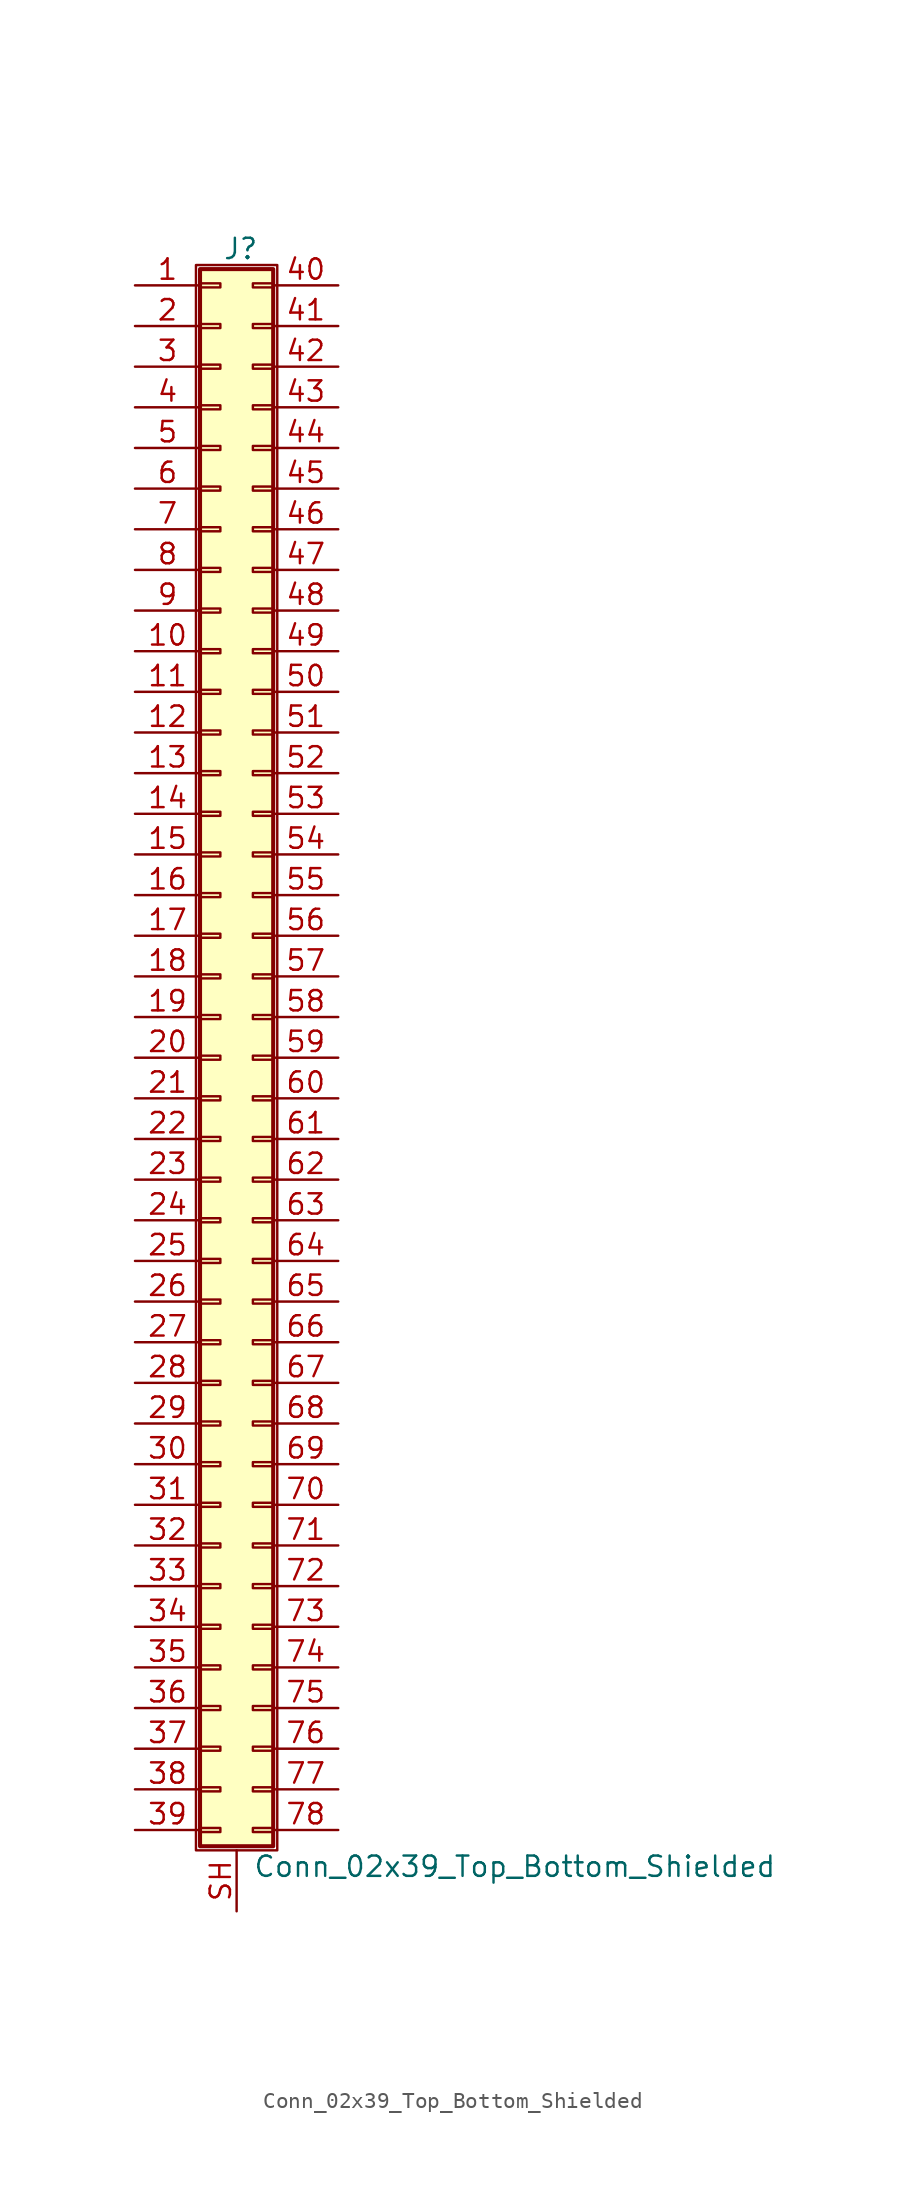
<source format=kicad_sym>
(kicad_symbol_lib
  (version 20201005)
  (generator kicad_symbol_editor)
  (symbol "Conn_02x39_Top_Bottom_Shielded"
    (pin_names
      (offset 1.016) hide)
    (property "Reference" "J"
      (at 1.524 50.546 0)
      (effects (font (size 1.27 1.27))))
    (property "Value" "Conn_02x39_Top_Bottom_Shielded"
      (at 2.286 -50.546 0)
      (effects (font (size 1.27 1.27)) (justify left)))
    (symbol "Conn_02x39_Top_Bottom_Shielded_1_1"
      (rectangle (start -1.27 49.53) (end 3.81 -49.53) (stroke (width 0.152)) (fill (type none)))
      (rectangle (start -1.016 -48.133) (end 0.254 -48.387) (stroke (width 0.152)) (fill (type none)))
      (rectangle (start -1.016 -45.593) (end 0.254 -45.847) (stroke (width 0.152)) (fill (type none)))
      (rectangle (start -1.016 -43.053) (end 0.254 -43.307) (stroke (width 0.152)) (fill (type none)))
      (rectangle (start -1.016 -40.513) (end 0.254 -40.767) (stroke (width 0.152)) (fill (type none)))
      (rectangle (start -1.016 -37.973) (end 0.254 -38.227) (stroke (width 0.152)) (fill (type none)))
      (rectangle (start -1.016 -35.433) (end 0.254 -35.687) (stroke (width 0.152)) (fill (type none)))
      (rectangle (start -1.016 -32.893) (end 0.254 -33.147) (stroke (width 0.152)) (fill (type none)))
      (rectangle (start -1.016 -30.353) (end 0.254 -30.607) (stroke (width 0.152)) (fill (type none)))
      (rectangle (start -1.016 -27.813) (end 0.254 -28.067) (stroke (width 0.152)) (fill (type none)))
      (rectangle (start -1.016 -25.273) (end 0.254 -25.527) (stroke (width 0.152)) (fill (type none)))
      (rectangle (start -1.016 -22.733) (end 0.254 -22.987) (stroke (width 0.152)) (fill (type none)))
      (rectangle (start -1.016 -20.193) (end 0.254 -20.447) (stroke (width 0.152)) (fill (type none)))
      (rectangle (start -1.016 -17.653) (end 0.254 -17.907) (stroke (width 0.152)) (fill (type none)))
      (rectangle (start -1.016 -15.113) (end 0.254 -15.367) (stroke (width 0.152)) (fill (type none)))
      (rectangle (start -1.016 -12.573) (end 0.254 -12.827) (stroke (width 0.152)) (fill (type none)))
      (rectangle (start -1.016 -10.033) (end 0.254 -10.287) (stroke (width 0.152)) (fill (type none)))
      (rectangle (start -1.016 -7.493) (end 0.254 -7.747) (stroke (width 0.152)) (fill (type none)))
      (rectangle (start -1.016 -4.953) (end 0.254 -5.207) (stroke (width 0.152)) (fill (type none)))
      (rectangle (start -1.016 -2.413) (end 0.254 -2.667) (stroke (width 0.152)) (fill (type none)))
      (rectangle (start -1.016 0.127) (end 0.254 -0.127) (stroke (width 0.152)) (fill (type none)))
      (rectangle (start -1.016 2.667) (end 0.254 2.413) (stroke (width 0.152)) (fill (type none)))
      (rectangle (start -1.016 5.207) (end 0.254 4.953) (stroke (width 0.152)) (fill (type none)))
      (rectangle (start -1.016 7.747) (end 0.254 7.493) (stroke (width 0.152)) (fill (type none)))
      (rectangle (start -1.016 10.287) (end 0.254 10.033) (stroke (width 0.152)) (fill (type none)))
      (rectangle (start -1.016 12.827) (end 0.254 12.573) (stroke (width 0.152)) (fill (type none)))
      (rectangle (start -1.016 15.367) (end 0.254 15.113) (stroke (width 0.152)) (fill (type none)))
      (rectangle (start -1.016 17.907) (end 0.254 17.653) (stroke (width 0.152)) (fill (type none)))
      (rectangle (start -1.016 20.447) (end 0.254 20.193) (stroke (width 0.152)) (fill (type none)))
      (rectangle (start -1.016 22.987) (end 0.254 22.733) (stroke (width 0.152)) (fill (type none)))
      (rectangle (start -1.016 25.527) (end 0.254 25.273) (stroke (width 0.152)) (fill (type none)))
      (rectangle (start -1.016 28.067) (end 0.254 27.813) (stroke (width 0.152)) (fill (type none)))
      (rectangle (start -1.016 30.607) (end 0.254 30.353) (stroke (width 0.152)) (fill (type none)))
      (rectangle (start -1.016 33.147) (end 0.254 32.893) (stroke (width 0.152)) (fill (type none)))
      (rectangle (start -1.016 35.687) (end 0.254 35.433) (stroke (width 0.152)) (fill (type none)))
      (rectangle (start -1.016 38.227) (end 0.254 37.973) (stroke (width 0.152)) (fill (type none)))
      (rectangle (start -1.016 40.767) (end 0.254 40.513) (stroke (width 0.152)) (fill (type none)))
      (rectangle (start -1.016 43.307) (end 0.254 43.053) (stroke (width 0.152)) (fill (type none)))
      (rectangle (start -1.016 45.847) (end 0.254 45.593) (stroke (width 0.152)) (fill (type none)))
      (rectangle (start -1.016 48.387) (end 0.254 48.133) (stroke (width 0.152)) (fill (type none)))
      (rectangle (start -1.016 49.276) (end 3.556 -49.276) (stroke (width 0.254)) (fill (type background)))
      (rectangle (start 3.556 -48.133) (end 2.286 -48.387) (stroke (width 0.152)) (fill (type none)))
      (rectangle (start 3.556 -45.593) (end 2.286 -45.847) (stroke (width 0.152)) (fill (type none)))
      (rectangle (start 3.556 -43.053) (end 2.286 -43.307) (stroke (width 0.152)) (fill (type none)))
      (rectangle (start 3.556 -40.513) (end 2.286 -40.767) (stroke (width 0.152)) (fill (type none)))
      (rectangle (start 3.556 -37.973) (end 2.286 -38.227) (stroke (width 0.152)) (fill (type none)))
      (rectangle (start 3.556 -35.433) (end 2.286 -35.687) (stroke (width 0.152)) (fill (type none)))
      (rectangle (start 3.556 -32.893) (end 2.286 -33.147) (stroke (width 0.152)) (fill (type none)))
      (rectangle (start 3.556 -30.353) (end 2.286 -30.607) (stroke (width 0.152)) (fill (type none)))
      (rectangle (start 3.556 -27.813) (end 2.286 -28.067) (stroke (width 0.152)) (fill (type none)))
      (rectangle (start 3.556 -25.273) (end 2.286 -25.527) (stroke (width 0.152)) (fill (type none)))
      (rectangle (start 3.556 -22.733) (end 2.286 -22.987) (stroke (width 0.152)) (fill (type none)))
      (rectangle (start 3.556 -20.193) (end 2.286 -20.447) (stroke (width 0.152)) (fill (type none)))
      (rectangle (start 3.556 -17.653) (end 2.286 -17.907) (stroke (width 0.152)) (fill (type none)))
      (rectangle (start 3.556 -15.113) (end 2.286 -15.367) (stroke (width 0.152)) (fill (type none)))
      (rectangle (start 3.556 -12.573) (end 2.286 -12.827) (stroke (width 0.152)) (fill (type none)))
      (rectangle (start 3.556 -10.033) (end 2.286 -10.287) (stroke (width 0.152)) (fill (type none)))
      (rectangle (start 3.556 -7.493) (end 2.286 -7.747) (stroke (width 0.152)) (fill (type none)))
      (rectangle (start 3.556 -4.953) (end 2.286 -5.207) (stroke (width 0.152)) (fill (type none)))
      (rectangle (start 3.556 -2.413) (end 2.286 -2.667) (stroke (width 0.152)) (fill (type none)))
      (rectangle (start 3.556 0.127) (end 2.286 -0.127) (stroke (width 0.152)) (fill (type none)))
      (rectangle (start 3.556 2.667) (end 2.286 2.413) (stroke (width 0.152)) (fill (type none)))
      (rectangle (start 3.556 5.207) (end 2.286 4.953) (stroke (width 0.152)) (fill (type none)))
      (rectangle (start 3.556 7.747) (end 2.286 7.493) (stroke (width 0.152)) (fill (type none)))
      (rectangle (start 3.556 10.287) (end 2.286 10.033) (stroke (width 0.152)) (fill (type none)))
      (rectangle (start 3.556 12.827) (end 2.286 12.573) (stroke (width 0.152)) (fill (type none)))
      (rectangle (start 3.556 15.367) (end 2.286 15.113) (stroke (width 0.152)) (fill (type none)))
      (rectangle (start 3.556 17.907) (end 2.286 17.653) (stroke (width 0.152)) (fill (type none)))
      (rectangle (start 3.556 20.447) (end 2.286 20.193) (stroke (width 0.152)) (fill (type none)))
      (rectangle (start 3.556 22.987) (end 2.286 22.733) (stroke (width 0.152)) (fill (type none)))
      (rectangle (start 3.556 25.527) (end 2.286 25.273) (stroke (width 0.152)) (fill (type none)))
      (rectangle (start 3.556 28.067) (end 2.286 27.813) (stroke (width 0.152)) (fill (type none)))
      (rectangle (start 3.556 30.607) (end 2.286 30.353) (stroke (width 0.152)) (fill (type none)))
      (rectangle (start 3.556 33.147) (end 2.286 32.893) (stroke (width 0.152)) (fill (type none)))
      (rectangle (start 3.556 35.687) (end 2.286 35.433) (stroke (width 0.152)) (fill (type none)))
      (rectangle (start 3.556 38.227) (end 2.286 37.973) (stroke (width 0.152)) (fill (type none)))
      (rectangle (start 3.556 40.767) (end 2.286 40.513) (stroke (width 0.152)) (fill (type none)))
      (rectangle (start 3.556 43.307) (end 2.286 43.053) (stroke (width 0.152)) (fill (type none)))
      (rectangle (start 3.556 45.847) (end 2.286 45.593) (stroke (width 0.152)) (fill (type none)))
      (rectangle (start 3.556 48.387) (end 2.286 48.133) (stroke (width 0.152)) (fill (type none)))
      (pin passive line (at -5.08 48.26 0) (length 4.064) (name "Pin_1" (effects (font (size 1.27 1.27)))) (number "1" (effects (font (size 1.27 1.27)))))
      (pin passive line (at -5.08 25.4 0) (length 4.064) (name "Pin_10" (effects (font (size 1.27 1.27)))) (number "10" (effects (font (size 1.27 1.27)))))
      (pin passive line (at -5.08 22.86 0) (length 4.064) (name "Pin_11" (effects (font (size 1.27 1.27)))) (number "11" (effects (font (size 1.27 1.27)))))
      (pin passive line (at -5.08 20.32 0) (length 4.064) (name "Pin_12" (effects (font (size 1.27 1.27)))) (number "12" (effects (font (size 1.27 1.27)))))
      (pin passive line (at -5.08 17.78 0) (length 4.064) (name "Pin_13" (effects (font (size 1.27 1.27)))) (number "13" (effects (font (size 1.27 1.27)))))
      (pin passive line (at -5.08 15.24 0) (length 4.064) (name "Pin_14" (effects (font (size 1.27 1.27)))) (number "14" (effects (font (size 1.27 1.27)))))
      (pin passive line (at -5.08 12.7 0) (length 4.064) (name "Pin_15" (effects (font (size 1.27 1.27)))) (number "15" (effects (font (size 1.27 1.27)))))
      (pin passive line (at -5.08 10.16 0) (length 4.064) (name "Pin_16" (effects (font (size 1.27 1.27)))) (number "16" (effects (font (size 1.27 1.27)))))
      (pin passive line (at -5.08 7.62 0) (length 4.064) (name "Pin_17" (effects (font (size 1.27 1.27)))) (number "17" (effects (font (size 1.27 1.27)))))
      (pin passive line (at -5.08 5.08 0) (length 4.064) (name "Pin_18" (effects (font (size 1.27 1.27)))) (number "18" (effects (font (size 1.27 1.27)))))
      (pin passive line (at -5.08 2.54 0) (length 4.064) (name "Pin_19" (effects (font (size 1.27 1.27)))) (number "19" (effects (font (size 1.27 1.27)))))
      (pin passive line (at -5.08 45.72 0) (length 4.064) (name "Pin_2" (effects (font (size 1.27 1.27)))) (number "2" (effects (font (size 1.27 1.27)))))
      (pin passive line (at -5.08 0 0) (length 4.064) (name "Pin_20" (effects (font (size 1.27 1.27)))) (number "20" (effects (font (size 1.27 1.27)))))
      (pin passive line (at -5.08 -2.54 0) (length 4.064) (name "Pin_21" (effects (font (size 1.27 1.27)))) (number "21" (effects (font (size 1.27 1.27)))))
      (pin passive line (at -5.08 -5.08 0) (length 4.064) (name "Pin_22" (effects (font (size 1.27 1.27)))) (number "22" (effects (font (size 1.27 1.27)))))
      (pin passive line (at -5.08 -7.62 0) (length 4.064) (name "Pin_23" (effects (font (size 1.27 1.27)))) (number "23" (effects (font (size 1.27 1.27)))))
      (pin passive line (at -5.08 -10.16 0) (length 4.064) (name "Pin_24" (effects (font (size 1.27 1.27)))) (number "24" (effects (font (size 1.27 1.27)))))
      (pin passive line (at -5.08 -12.7 0) (length 4.064) (name "Pin_25" (effects (font (size 1.27 1.27)))) (number "25" (effects (font (size 1.27 1.27)))))
      (pin passive line (at -5.08 -15.24 0) (length 4.064) (name "Pin_26" (effects (font (size 1.27 1.27)))) (number "26" (effects (font (size 1.27 1.27)))))
      (pin passive line (at -5.08 -17.78 0) (length 4.064) (name "Pin_27" (effects (font (size 1.27 1.27)))) (number "27" (effects (font (size 1.27 1.27)))))
      (pin passive line (at -5.08 -20.32 0) (length 4.064) (name "Pin_28" (effects (font (size 1.27 1.27)))) (number "28" (effects (font (size 1.27 1.27)))))
      (pin passive line (at -5.08 -22.86 0) (length 4.064) (name "Pin_29" (effects (font (size 1.27 1.27)))) (number "29" (effects (font (size 1.27 1.27)))))
      (pin passive line (at -5.08 43.18 0) (length 4.064) (name "Pin_3" (effects (font (size 1.27 1.27)))) (number "3" (effects (font (size 1.27 1.27)))))
      (pin passive line (at -5.08 -25.4 0) (length 4.064) (name "Pin_30" (effects (font (size 1.27 1.27)))) (number "30" (effects (font (size 1.27 1.27)))))
      (pin passive line (at -5.08 -27.94 0) (length 4.064) (name "Pin_31" (effects (font (size 1.27 1.27)))) (number "31" (effects (font (size 1.27 1.27)))))
      (pin passive line (at -5.08 -30.48 0) (length 4.064) (name "Pin_32" (effects (font (size 1.27 1.27)))) (number "32" (effects (font (size 1.27 1.27)))))
      (pin passive line (at -5.08 -33.02 0) (length 4.064) (name "Pin_33" (effects (font (size 1.27 1.27)))) (number "33" (effects (font (size 1.27 1.27)))))
      (pin passive line (at -5.08 -35.56 0) (length 4.064) (name "Pin_34" (effects (font (size 1.27 1.27)))) (number "34" (effects (font (size 1.27 1.27)))))
      (pin passive line (at -5.08 -38.1 0) (length 4.064) (name "Pin_35" (effects (font (size 1.27 1.27)))) (number "35" (effects (font (size 1.27 1.27)))))
      (pin passive line (at -5.08 -40.64 0) (length 4.064) (name "Pin_36" (effects (font (size 1.27 1.27)))) (number "36" (effects (font (size 1.27 1.27)))))
      (pin passive line (at -5.08 -43.18 0) (length 4.064) (name "Pin_37" (effects (font (size 1.27 1.27)))) (number "37" (effects (font (size 1.27 1.27)))))
      (pin passive line (at -5.08 -45.72 0) (length 4.064) (name "Pin_38" (effects (font (size 1.27 1.27)))) (number "38" (effects (font (size 1.27 1.27)))))
      (pin passive line (at -5.08 -48.26 0) (length 4.064) (name "Pin_39" (effects (font (size 1.27 1.27)))) (number "39" (effects (font (size 1.27 1.27)))))
      (pin passive line (at -5.08 40.64 0) (length 4.064) (name "Pin_4" (effects (font (size 1.27 1.27)))) (number "4" (effects (font (size 1.27 1.27)))))
      (pin passive line (at 7.62 48.26 180) (length 4.064) (name "Pin_40" (effects (font (size 1.27 1.27)))) (number "40" (effects (font (size 1.27 1.27)))))
      (pin passive line (at 7.62 45.72 180) (length 4.064) (name "Pin_41" (effects (font (size 1.27 1.27)))) (number "41" (effects (font (size 1.27 1.27)))))
      (pin passive line (at 7.62 43.18 180) (length 4.064) (name "Pin_42" (effects (font (size 1.27 1.27)))) (number "42" (effects (font (size 1.27 1.27)))))
      (pin passive line (at 7.62 40.64 180) (length 4.064) (name "Pin_43" (effects (font (size 1.27 1.27)))) (number "43" (effects (font (size 1.27 1.27)))))
      (pin passive line (at 7.62 38.1 180) (length 4.064) (name "Pin_44" (effects (font (size 1.27 1.27)))) (number "44" (effects (font (size 1.27 1.27)))))
      (pin passive line (at 7.62 35.56 180) (length 4.064) (name "Pin_45" (effects (font (size 1.27 1.27)))) (number "45" (effects (font (size 1.27 1.27)))))
      (pin passive line (at 7.62 33.02 180) (length 4.064) (name "Pin_46" (effects (font (size 1.27 1.27)))) (number "46" (effects (font (size 1.27 1.27)))))
      (pin passive line (at 7.62 30.48 180) (length 4.064) (name "Pin_47" (effects (font (size 1.27 1.27)))) (number "47" (effects (font (size 1.27 1.27)))))
      (pin passive line (at 7.62 27.94 180) (length 4.064) (name "Pin_48" (effects (font (size 1.27 1.27)))) (number "48" (effects (font (size 1.27 1.27)))))
      (pin passive line (at 7.62 25.4 180) (length 4.064) (name "Pin_49" (effects (font (size 1.27 1.27)))) (number "49" (effects (font (size 1.27 1.27)))))
      (pin passive line (at -5.08 38.1 0) (length 4.064) (name "Pin_5" (effects (font (size 1.27 1.27)))) (number "5" (effects (font (size 1.27 1.27)))))
      (pin passive line (at 7.62 22.86 180) (length 4.064) (name "Pin_50" (effects (font (size 1.27 1.27)))) (number "50" (effects (font (size 1.27 1.27)))))
      (pin passive line (at 7.62 20.32 180) (length 4.064) (name "Pin_51" (effects (font (size 1.27 1.27)))) (number "51" (effects (font (size 1.27 1.27)))))
      (pin passive line (at 7.62 17.78 180) (length 4.064) (name "Pin_52" (effects (font (size 1.27 1.27)))) (number "52" (effects (font (size 1.27 1.27)))))
      (pin passive line (at 7.62 15.24 180) (length 4.064) (name "Pin_53" (effects (font (size 1.27 1.27)))) (number "53" (effects (font (size 1.27 1.27)))))
      (pin passive line (at 7.62 12.7 180) (length 4.064) (name "Pin_54" (effects (font (size 1.27 1.27)))) (number "54" (effects (font (size 1.27 1.27)))))
      (pin passive line (at 7.62 10.16 180) (length 4.064) (name "Pin_55" (effects (font (size 1.27 1.27)))) (number "55" (effects (font (size 1.27 1.27)))))
      (pin passive line (at 7.62 7.62 180) (length 4.064) (name "Pin_56" (effects (font (size 1.27 1.27)))) (number "56" (effects (font (size 1.27 1.27)))))
      (pin passive line (at 7.62 5.08 180) (length 4.064) (name "Pin_57" (effects (font (size 1.27 1.27)))) (number "57" (effects (font (size 1.27 1.27)))))
      (pin passive line (at 7.62 2.54 180) (length 4.064) (name "Pin_58" (effects (font (size 1.27 1.27)))) (number "58" (effects (font (size 1.27 1.27)))))
      (pin passive line (at 7.62 0 180) (length 4.064) (name "Pin_59" (effects (font (size 1.27 1.27)))) (number "59" (effects (font (size 1.27 1.27)))))
      (pin passive line (at -5.08 35.56 0) (length 4.064) (name "Pin_6" (effects (font (size 1.27 1.27)))) (number "6" (effects (font (size 1.27 1.27)))))
      (pin passive line (at 7.62 -2.54 180) (length 4.064) (name "Pin_60" (effects (font (size 1.27 1.27)))) (number "60" (effects (font (size 1.27 1.27)))))
      (pin passive line (at 7.62 -5.08 180) (length 4.064) (name "Pin_61" (effects (font (size 1.27 1.27)))) (number "61" (effects (font (size 1.27 1.27)))))
      (pin passive line (at 7.62 -7.62 180) (length 4.064) (name "Pin_62" (effects (font (size 1.27 1.27)))) (number "62" (effects (font (size 1.27 1.27)))))
      (pin passive line (at 7.62 -10.16 180) (length 4.064) (name "Pin_63" (effects (font (size 1.27 1.27)))) (number "63" (effects (font (size 1.27 1.27)))))
      (pin passive line (at 7.62 -12.7 180) (length 4.064) (name "Pin_64" (effects (font (size 1.27 1.27)))) (number "64" (effects (font (size 1.27 1.27)))))
      (pin passive line (at 7.62 -15.24 180) (length 4.064) (name "Pin_65" (effects (font (size 1.27 1.27)))) (number "65" (effects (font (size 1.27 1.27)))))
      (pin passive line (at 7.62 -17.78 180) (length 4.064) (name "Pin_66" (effects (font (size 1.27 1.27)))) (number "66" (effects (font (size 1.27 1.27)))))
      (pin passive line (at 7.62 -20.32 180) (length 4.064) (name "Pin_67" (effects (font (size 1.27 1.27)))) (number "67" (effects (font (size 1.27 1.27)))))
      (pin passive line (at 7.62 -22.86 180) (length 4.064) (name "Pin_68" (effects (font (size 1.27 1.27)))) (number "68" (effects (font (size 1.27 1.27)))))
      (pin passive line (at 7.62 -25.4 180) (length 4.064) (name "Pin_69" (effects (font (size 1.27 1.27)))) (number "69" (effects (font (size 1.27 1.27)))))
      (pin passive line (at -5.08 33.02 0) (length 4.064) (name "Pin_7" (effects (font (size 1.27 1.27)))) (number "7" (effects (font (size 1.27 1.27)))))
      (pin passive line (at 7.62 -27.94 180) (length 4.064) (name "Pin_70" (effects (font (size 1.27 1.27)))) (number "70" (effects (font (size 1.27 1.27)))))
      (pin passive line (at 7.62 -30.48 180) (length 4.064) (name "Pin_71" (effects (font (size 1.27 1.27)))) (number "71" (effects (font (size 1.27 1.27)))))
      (pin passive line (at 7.62 -33.02 180) (length 4.064) (name "Pin_72" (effects (font (size 1.27 1.27)))) (number "72" (effects (font (size 1.27 1.27)))))
      (pin passive line (at 7.62 -35.56 180) (length 4.064) (name "Pin_73" (effects (font (size 1.27 1.27)))) (number "73" (effects (font (size 1.27 1.27)))))
      (pin passive line (at 7.62 -38.1 180) (length 4.064) (name "Pin_74" (effects (font (size 1.27 1.27)))) (number "74" (effects (font (size 1.27 1.27)))))
      (pin passive line (at 7.62 -40.64 180) (length 4.064) (name "Pin_75" (effects (font (size 1.27 1.27)))) (number "75" (effects (font (size 1.27 1.27)))))
      (pin passive line (at 7.62 -43.18 180) (length 4.064) (name "Pin_76" (effects (font (size 1.27 1.27)))) (number "76" (effects (font (size 1.27 1.27)))))
      (pin passive line (at 7.62 -45.72 180) (length 4.064) (name "Pin_77" (effects (font (size 1.27 1.27)))) (number "77" (effects (font (size 1.27 1.27)))))
      (pin passive line (at 7.62 -48.26 180) (length 4.064) (name "Pin_78" (effects (font (size 1.27 1.27)))) (number "78" (effects (font (size 1.27 1.27)))))
      (pin passive line (at -5.08 30.48 0) (length 4.064) (name "Pin_8" (effects (font (size 1.27 1.27)))) (number "8" (effects (font (size 1.27 1.27)))))
      (pin passive line (at -5.08 27.94 0) (length 4.064) (name "Pin_9" (effects (font (size 1.27 1.27)))) (number "9" (effects (font (size 1.27 1.27)))))
      (pin passive line (at 1.27 -53.34 90) (length 3.81) (name "Shield" (effects (font (size 1.27 1.27)))) (number "SH" (effects (font (size 1.27 1.27))))))))
</source>
